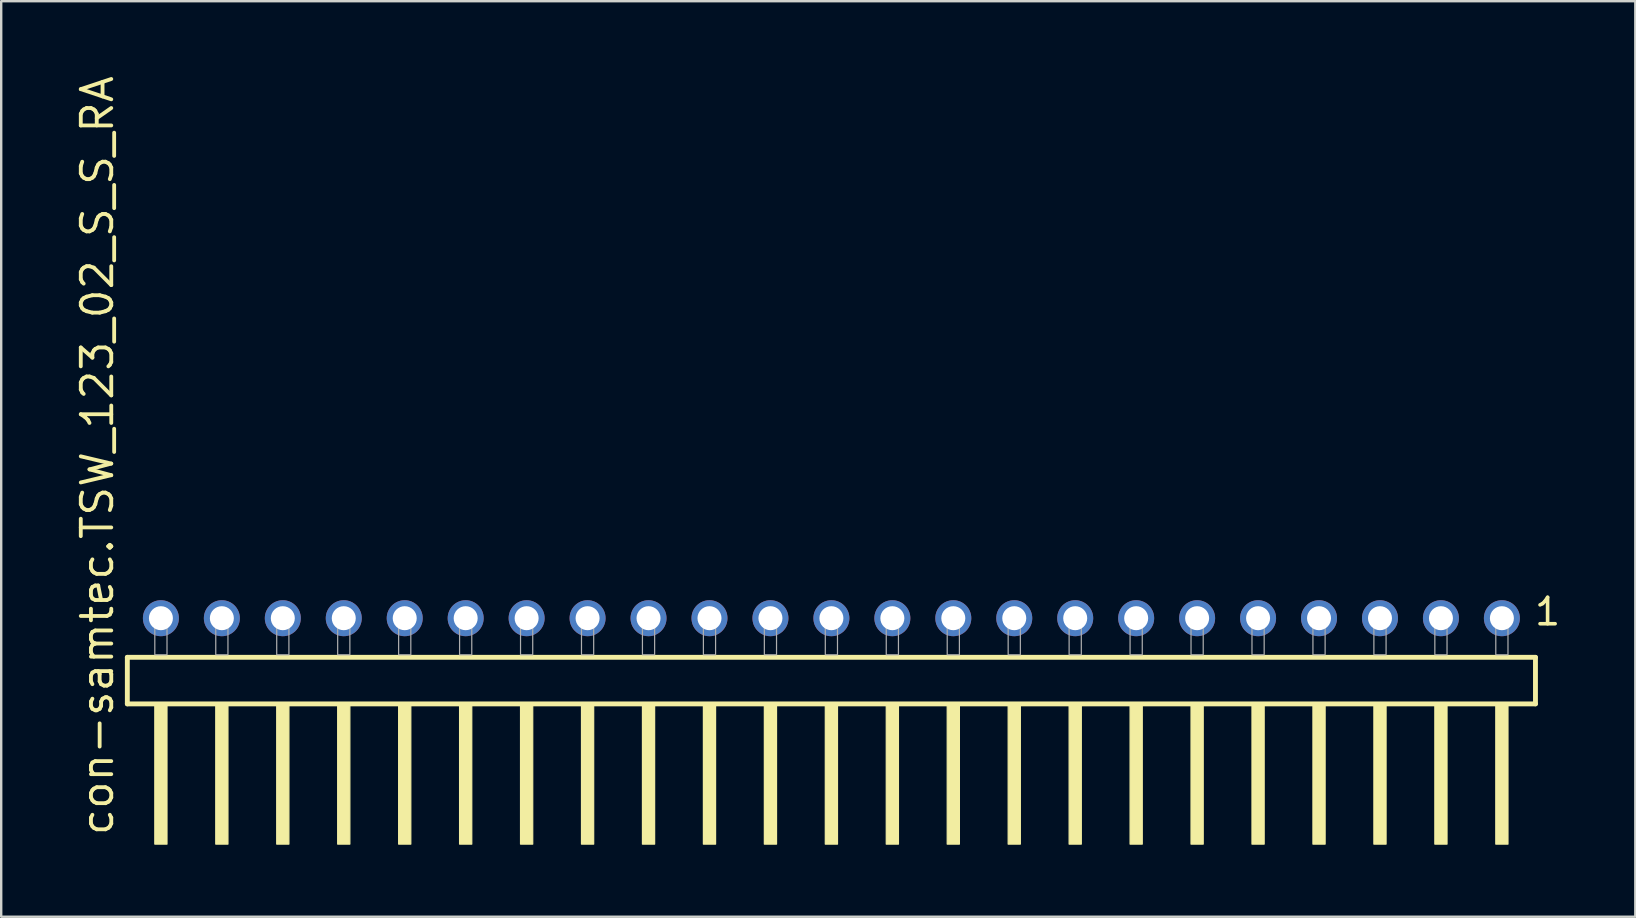
<source format=kicad_pcb>
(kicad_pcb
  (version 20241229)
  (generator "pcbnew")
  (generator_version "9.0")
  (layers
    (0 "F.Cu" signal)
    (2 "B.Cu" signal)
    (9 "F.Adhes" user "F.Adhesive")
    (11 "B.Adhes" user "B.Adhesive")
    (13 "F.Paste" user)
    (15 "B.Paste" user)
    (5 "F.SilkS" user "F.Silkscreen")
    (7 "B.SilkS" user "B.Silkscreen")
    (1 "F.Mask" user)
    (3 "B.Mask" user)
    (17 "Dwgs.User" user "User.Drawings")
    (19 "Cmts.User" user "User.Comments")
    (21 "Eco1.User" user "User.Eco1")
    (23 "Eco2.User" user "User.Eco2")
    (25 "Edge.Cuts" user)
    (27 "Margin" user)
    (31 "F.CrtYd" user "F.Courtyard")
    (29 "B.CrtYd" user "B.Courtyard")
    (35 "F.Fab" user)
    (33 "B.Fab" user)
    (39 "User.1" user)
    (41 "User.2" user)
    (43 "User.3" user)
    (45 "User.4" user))
  (footprint "con-samtec.TSW_123_02_S_S_RA"
    (layer "F.Cu")
    (at 31.595 24.235)
    (property "Reference" "con-samtec.TSW_123_02_S_S_RA" (at -29.845 7.62 90) (layer "F.SilkS") (effects (font (size 1.27 1.27) (thickness 0.16)) (justify left bottom)))
    (attr through_hole)
    (fp_line (start -29.339 0.106) (end -29.339 2.046) (stroke (width 0.203) (type default)) (layer "F.SilkS"))
    (fp_line (start -29.339 2.046) (end 29.339 2.046) (stroke (width 0.203) (type default)) (layer "F.SilkS"))
    (fp_line (start 29.339 0.106) (end -29.339 0.106) (stroke (width 0.203) (type default)) (layer "F.SilkS"))
    (fp_line (start 29.339 2.046) (end 29.339 0.106) (stroke (width 0.203) (type default)) (layer "F.SilkS"))
    (fp_rect (start -28.194 7.89) (end -27.686 2.04) (stroke (width 0.05) (type default)) (fill yes) (layer "F.SilkS"))
    (fp_rect (start -25.654 7.89) (end -25.146 2.04) (stroke (width 0.05) (type default)) (fill yes) (layer "F.SilkS"))
    (fp_rect (start -23.114 7.89) (end -22.606 2.04) (stroke (width 0.05) (type default)) (fill yes) (layer "F.SilkS"))
    (fp_rect (start -20.574 7.89) (end -20.066 2.04) (stroke (width 0.05) (type default)) (fill yes) (layer "F.SilkS"))
    (fp_rect (start -18.034 7.89) (end -17.526 2.04) (stroke (width 0.05) (type default)) (fill yes) (layer "F.SilkS"))
    (fp_rect (start -15.494 7.89) (end -14.986 2.04) (stroke (width 0.05) (type default)) (fill yes) (layer "F.SilkS"))
    (fp_rect (start -12.954 7.89) (end -12.446 2.04) (stroke (width 0.05) (type default)) (fill yes) (layer "F.SilkS"))
    (fp_rect (start -10.414 7.89) (end -9.906 2.04) (stroke (width 0.05) (type default)) (fill yes) (layer "F.SilkS"))
    (fp_rect (start -7.874 7.89) (end -7.366 2.04) (stroke (width 0.05) (type default)) (fill yes) (layer "F.SilkS"))
    (fp_rect (start -5.334 7.89) (end -4.826 2.04) (stroke (width 0.05) (type default)) (fill yes) (layer "F.SilkS"))
    (fp_rect (start -2.794 7.89) (end -2.286 2.04) (stroke (width 0.05) (type default)) (fill yes) (layer "F.SilkS"))
    (fp_rect (start -0.254 7.89) (end 0.254 2.04) (stroke (width 0.05) (type default)) (fill yes) (layer "F.SilkS"))
    (fp_rect (start 2.286 7.89) (end 2.794 2.04) (stroke (width 0.05) (type default)) (fill yes) (layer "F.SilkS"))
    (fp_rect (start 4.826 7.89) (end 5.334 2.04) (stroke (width 0.05) (type default)) (fill yes) (layer "F.SilkS"))
    (fp_rect (start 7.366 7.89) (end 7.874 2.04) (stroke (width 0.05) (type default)) (fill yes) (layer "F.SilkS"))
    (fp_rect (start 9.906 7.89) (end 10.414 2.04) (stroke (width 0.05) (type default)) (fill yes) (layer "F.SilkS"))
    (fp_rect (start 12.446 7.89) (end 12.954 2.04) (stroke (width 0.05) (type default)) (fill yes) (layer "F.SilkS"))
    (fp_rect (start 14.986 7.89) (end 15.494 2.04) (stroke (width 0.05) (type default)) (fill yes) (layer "F.SilkS"))
    (fp_rect (start 17.526 7.89) (end 18.034 2.04) (stroke (width 0.05) (type default)) (fill yes) (layer "F.SilkS"))
    (fp_rect (start 20.066 7.89) (end 20.574 2.04) (stroke (width 0.05) (type default)) (fill yes) (layer "F.SilkS"))
    (fp_rect (start 22.606 7.89) (end 23.114 2.04) (stroke (width 0.05) (type default)) (fill yes) (layer "F.SilkS"))
    (fp_rect (start 25.146 7.89) (end 25.654 2.04) (stroke (width 0.05) (type default)) (fill yes) (layer "F.SilkS"))
    (fp_rect (start 27.686 7.89) (end 28.194 2.04) (stroke (width 0.05) (type default)) (fill yes) (layer "F.SilkS"))
    (fp_rect (start -28.194 0) (end -27.686 -1.778) (stroke (width 0.05) (type default)) (fill no) (layer "F.Fab"))
    (fp_rect (start -25.654 0) (end -25.146 -1.778) (stroke (width 0.05) (type default)) (fill no) (layer "F.Fab"))
    (fp_rect (start -23.114 0) (end -22.606 -1.778) (stroke (width 0.05) (type default)) (fill no) (layer "F.Fab"))
    (fp_rect (start -20.574 0) (end -20.066 -1.778) (stroke (width 0.05) (type default)) (fill no) (layer "F.Fab"))
    (fp_rect (start -18.034 0) (end -17.526 -1.778) (stroke (width 0.05) (type default)) (fill no) (layer "F.Fab"))
    (fp_rect (start -15.494 0) (end -14.986 -1.778) (stroke (width 0.05) (type default)) (fill no) (layer "F.Fab"))
    (fp_rect (start -12.954 0) (end -12.446 -1.778) (stroke (width 0.05) (type default)) (fill no) (layer "F.Fab"))
    (fp_rect (start -10.414 0) (end -9.906 -1.778) (stroke (width 0.05) (type default)) (fill no) (layer "F.Fab"))
    (fp_rect (start -7.874 0) (end -7.366 -1.778) (stroke (width 0.05) (type default)) (fill no) (layer "F.Fab"))
    (fp_rect (start -5.334 0) (end -4.826 -1.778) (stroke (width 0.05) (type default)) (fill no) (layer "F.Fab"))
    (fp_rect (start -2.794 0) (end -2.286 -1.778) (stroke (width 0.05) (type default)) (fill no) (layer "F.Fab"))
    (fp_rect (start -0.254 0) (end 0.254 -1.778) (stroke (width 0.05) (type default)) (fill no) (layer "F.Fab"))
    (fp_rect (start 2.286 0) (end 2.794 -1.778) (stroke (width 0.05) (type default)) (fill no) (layer "F.Fab"))
    (fp_rect (start 4.826 0) (end 5.334 -1.778) (stroke (width 0.05) (type default)) (fill no) (layer "F.Fab"))
    (fp_rect (start 7.366 0) (end 7.874 -1.778) (stroke (width 0.05) (type default)) (fill no) (layer "F.Fab"))
    (fp_rect (start 9.906 0) (end 10.414 -1.778) (stroke (width 0.05) (type default)) (fill no) (layer "F.Fab"))
    (fp_rect (start 12.446 0) (end 12.954 -1.778) (stroke (width 0.05) (type default)) (fill no) (layer "F.Fab"))
    (fp_rect (start 14.986 0) (end 15.494 -1.778) (stroke (width 0.05) (type default)) (fill no) (layer "F.Fab"))
    (fp_rect (start 17.526 0) (end 18.034 -1.778) (stroke (width 0.05) (type default)) (fill no) (layer "F.Fab"))
    (fp_rect (start 20.066 0) (end 20.574 -1.778) (stroke (width 0.05) (type default)) (fill no) (layer "F.Fab"))
    (fp_rect (start 22.606 0) (end 23.114 -1.778) (stroke (width 0.05) (type default)) (fill no) (layer "F.Fab"))
    (fp_rect (start 25.146 0) (end 25.654 -1.778) (stroke (width 0.05) (type default)) (fill no) (layer "F.Fab"))
    (fp_rect (start 27.686 0) (end 28.194 -1.778) (stroke (width 0.05) (type default)) (fill no) (layer "F.Fab"))
    (fp_text user "1" (at 29.222 -1.152 0) (layer "F.SilkS") (effects (font (size 1.1 1.1) (thickness 0.15)) (justify left bottom)))
    (pad "1" thru_hole circle (at 27.94 -1.524 180) (size 1.5 1.5) (drill 1) (layers "*.Cu" "*.Mask"))
    (pad "2" thru_hole circle (at 25.4 -1.524 180) (size 1.5 1.5) (drill 1) (layers "*.Cu" "*.Mask"))
    (pad "3" thru_hole circle (at 22.86 -1.524 180) (size 1.5 1.5) (drill 1) (layers "*.Cu" "*.Mask"))
    (pad "4" thru_hole circle (at 20.32 -1.524 180) (size 1.5 1.5) (drill 1) (layers "*.Cu" "*.Mask"))
    (pad "5" thru_hole circle (at 17.78 -1.524 180) (size 1.5 1.5) (drill 1) (layers "*.Cu" "*.Mask"))
    (pad "6" thru_hole circle (at 15.24 -1.524 180) (size 1.5 1.5) (drill 1) (layers "*.Cu" "*.Mask"))
    (pad "7" thru_hole circle (at 12.7 -1.524 180) (size 1.5 1.5) (drill 1) (layers "*.Cu" "*.Mask"))
    (pad "8" thru_hole circle (at 10.16 -1.524 180) (size 1.5 1.5) (drill 1) (layers "*.Cu" "*.Mask"))
    (pad "9" thru_hole circle (at 7.62 -1.524 180) (size 1.5 1.5) (drill 1) (layers "*.Cu" "*.Mask"))
    (pad "10" thru_hole circle (at 5.08 -1.524 180) (size 1.5 1.5) (drill 1) (layers "*.Cu" "*.Mask"))
    (pad "11" thru_hole circle (at 2.54 -1.524 180) (size 1.5 1.5) (drill 1) (layers "*.Cu" "*.Mask"))
    (pad "12" thru_hole circle (at 0 -1.524 180) (size 1.5 1.5) (drill 1) (layers "*.Cu" "*.Mask"))
    (pad "13" thru_hole circle (at -2.54 -1.524 180) (size 1.5 1.5) (drill 1) (layers "*.Cu" "*.Mask"))
    (pad "14" thru_hole circle (at -5.08 -1.524 180) (size 1.5 1.5) (drill 1) (layers "*.Cu" "*.Mask"))
    (pad "15" thru_hole circle (at -7.62 -1.524 180) (size 1.5 1.5) (drill 1) (layers "*.Cu" "*.Mask"))
    (pad "16" thru_hole circle (at -10.16 -1.524 180) (size 1.5 1.5) (drill 1) (layers "*.Cu" "*.Mask"))
    (pad "17" thru_hole circle (at -12.7 -1.524 180) (size 1.5 1.5) (drill 1) (layers "*.Cu" "*.Mask"))
    (pad "18" thru_hole circle (at -15.24 -1.524 180) (size 1.5 1.5) (drill 1) (layers "*.Cu" "*.Mask"))
    (pad "19" thru_hole circle (at -17.78 -1.524 180) (size 1.5 1.5) (drill 1) (layers "*.Cu" "*.Mask"))
    (pad "20" thru_hole circle (at -20.32 -1.524 180) (size 1.5 1.5) (drill 1) (layers "*.Cu" "*.Mask"))
    (pad "21" thru_hole circle (at -22.86 -1.524 180) (size 1.5 1.5) (drill 1) (layers "*.Cu" "*.Mask"))
    (pad "22" thru_hole circle (at -25.4 -1.524 180) (size 1.5 1.5) (drill 1) (layers "*.Cu" "*.Mask"))
    (pad "23" thru_hole circle (at -27.94 -1.524 180) (size 1.5 1.5) (drill 1) (layers "*.Cu" "*.Mask")))
  (gr_rect
    (start -3 -3)
    (end 65.095 35.15)
    (stroke (width 0.1) (type default))
    (fill no)
    (layer "Edge.Cuts")))
</source>
